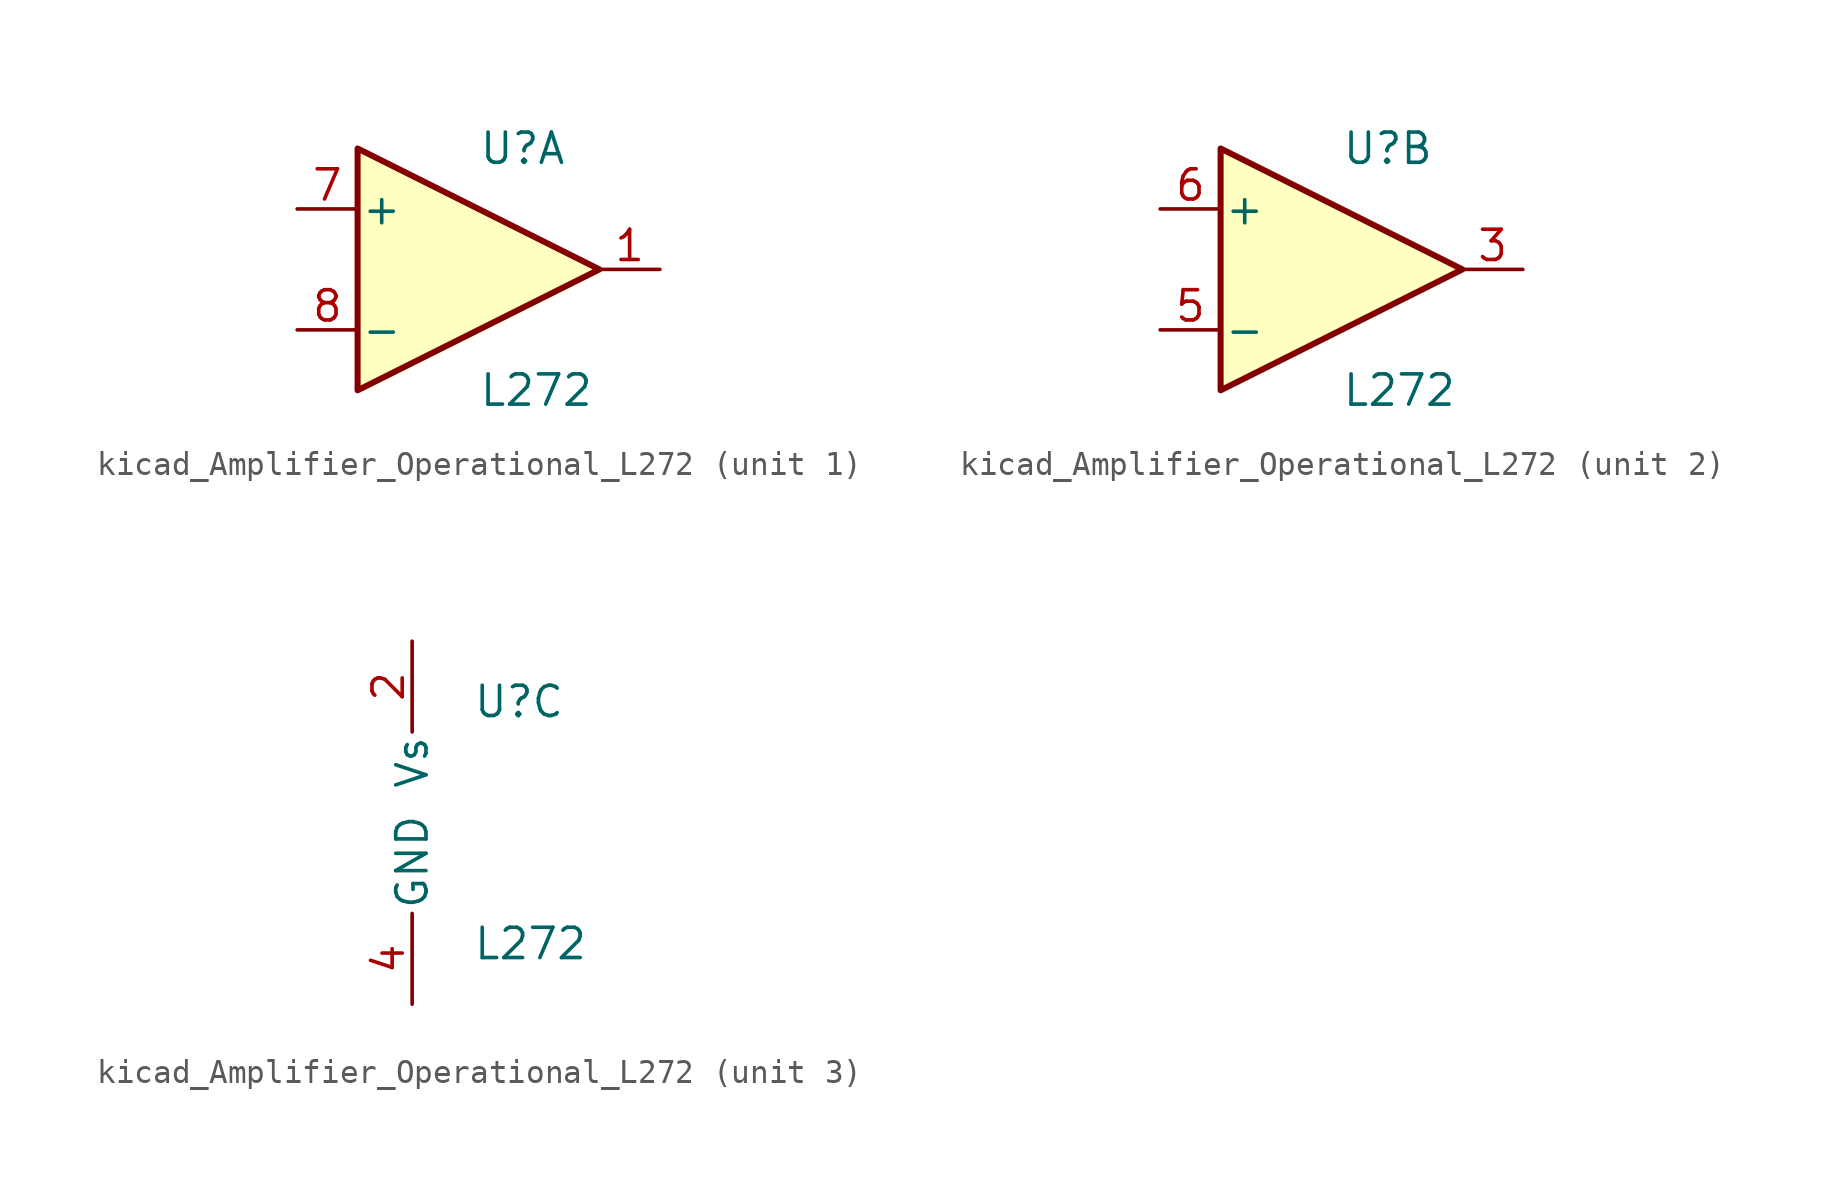
<source format=kicad_sym>
(kicad_symbol_lib
  (version 20220914)
  (generator kicad_symbol_editor)
  (symbol "kicad_Amplifier_Operational_L272"
    (pin_names
      (offset 0.127))
    (property "Reference" "U"
      (at 0 5.08 0)
      (effects (font (size 1.27 1.27)) (justify left)))
    (property "Value" "L272"
      (at 0 -5.08 0)
      (effects (font (size 1.27 1.27)) (justify left)))
    (property "ki_locked" ""
      (at 0 0 0)
      (effects (font (size 1.27 1.27))))
    (symbol "kicad_Amplifier_Operational_L272_1_1"
      (polyline (pts (xy -5.08 5.08) (xy 5.08 0) (xy -5.08 -5.08) (xy -5.08 5.08)) (stroke (width 0.254) (type default)) (fill (type background)))
      (pin output line (at 7.62 0 180) (length 2.54) (name "~" (effects (font (size 1.27 1.27)))) (number "1" (effects (font (size 1.27 1.27)))))
      (pin input line (at -7.62 2.54 0) (length 2.54) (name "+" (effects (font (size 1.27 1.27)))) (number "7" (effects (font (size 1.27 1.27)))))
      (pin input line (at -7.62 -2.54 0) (length 2.54) (name "-" (effects (font (size 1.27 1.27)))) (number "8" (effects (font (size 1.27 1.27))))))
    (symbol "kicad_Amplifier_Operational_L272_2_1"
      (polyline (pts (xy -5.08 5.08) (xy 5.08 0) (xy -5.08 -5.08) (xy -5.08 5.08)) (stroke (width 0.254) (type default)) (fill (type background)))
      (pin output line (at 7.62 0 180) (length 2.54) (name "~" (effects (font (size 1.27 1.27)))) (number "3" (effects (font (size 1.27 1.27)))))
      (pin input line (at -7.62 -2.54 0) (length 2.54) (name "-" (effects (font (size 1.27 1.27)))) (number "5" (effects (font (size 1.27 1.27)))))
      (pin input line (at -7.62 2.54 0) (length 2.54) (name "+" (effects (font (size 1.27 1.27)))) (number "6" (effects (font (size 1.27 1.27))))))
    (symbol "kicad_Amplifier_Operational_L272_3_1"
      (pin passive line (at -2.54 -7.62 90) (length 3.81) hide (name "GND" (effects (font (size 1.27 1.27)))) (number "10" (effects (font (size 1.27 1.27)))))
      (pin passive line (at -2.54 -7.62 90) (length 3.81) hide (name "GND" (effects (font (size 1.27 1.27)))) (number "11" (effects (font (size 1.27 1.27)))))
      (pin passive line (at -2.54 -7.62 90) (length 3.81) hide (name "GND" (effects (font (size 1.27 1.27)))) (number "12" (effects (font (size 1.27 1.27)))))
      (pin passive line (at -2.54 -7.62 90) (length 3.81) hide (name "GND" (effects (font (size 1.27 1.27)))) (number "13" (effects (font (size 1.27 1.27)))))
      (pin passive line (at -2.54 -7.62 90) (length 3.81) hide (name "GND" (effects (font (size 1.27 1.27)))) (number "14" (effects (font (size 1.27 1.27)))))
      (pin passive line (at -2.54 -7.62 90) (length 3.81) hide (name "GND" (effects (font (size 1.27 1.27)))) (number "15" (effects (font (size 1.27 1.27)))))
      (pin passive line (at -2.54 -7.62 90) (length 3.81) hide (name "GND" (effects (font (size 1.27 1.27)))) (number "16" (effects (font (size 1.27 1.27)))))
      (pin power_in line (at -2.54 7.62 270) (length 3.81) (name "Vs" (effects (font (size 1.27 1.27)))) (number "2" (effects (font (size 1.27 1.27)))))
      (pin power_in line (at -2.54 -7.62 90) (length 3.81) (name "GND" (effects (font (size 1.27 1.27)))) (number "4" (effects (font (size 1.27 1.27)))))
      (pin passive line (at -2.54 -7.62 90) (length 3.81) hide (name "GND" (effects (font (size 1.27 1.27)))) (number "9" (effects (font (size 1.27 1.27))))))))
</source>
